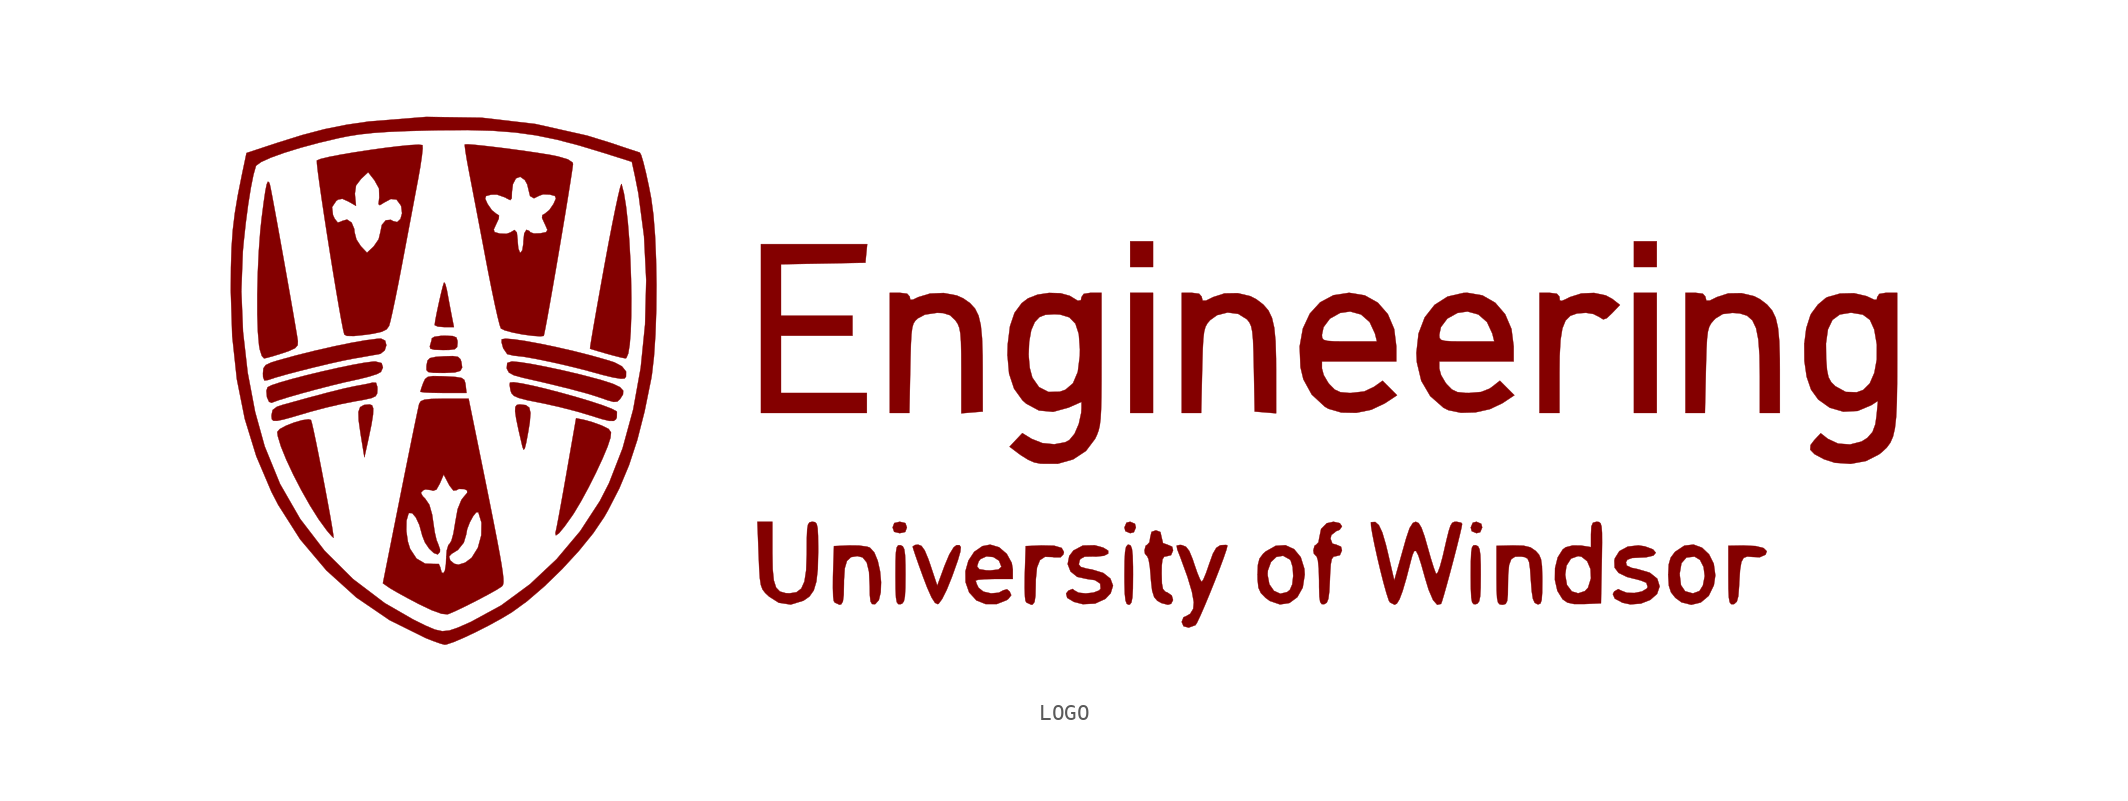
<source format=kicad_sym>
(kicad_symbol_lib
  (version 20220914)
  (generator "bitmap2component")
  (generator_version "8.0")
  (symbol "LOGO"
    (pin_names
      (offset 1.016))
    (property "Reference" "#G"
      (at 0 24.765 0)
      (effects (font (size 1.27 1.27)) hide))
    (symbol "LOGO_0_0"
      (polyline (pts (xy -41.475 -14.108) (xy -41.033 -13.96) (xy -40.392 -13.687) (xy -39.63 -13.327) (xy -38.823 -12.916) (xy -38.049 -12.492) (xy -37.385 -12.093) (xy -36.446 -11.412) (xy -35.354 -10.473) (xy -34.246 -9.396) (xy -33.202 -8.262) (xy -32.302 -7.154) (xy -31.624 -6.153) (xy -31.39 -5.746) (xy -30.672 -4.349) (xy -30.067 -2.903) (xy -29.551 -1.33) (xy -29.097 0.447) (xy -28.679 2.504) (xy -28.634 2.78) (xy -28.506 3.897) (xy -28.416 5.258) (xy -28.364 6.779) (xy -28.351 8.373) (xy -28.377 9.955) (xy -28.44 11.439) (xy -28.542 12.74) (xy -28.681 13.773) (xy -28.829 14.537) (xy -29.006 15.352) (xy -29.17 16.019) (xy -29.305 16.47) (xy -29.394 16.636) (xy -29.505 16.67) (xy -29.895 16.798) (xy -30.496 16.998) (xy -31.238 17.247) (xy -32.684 17.694) (xy -35.919 18.421) (xy -39.272 18.811) (xy -42.742 18.862) (xy -46.328 18.576) (xy -47.722 18.372) (xy -49.086 18.099) (xy -50.489 17.73) (xy -52.074 17.235) (xy -53.974 16.607) (xy -54.263 15.235) (xy -54.268 15.209) (xy -54.521 13.942) (xy -54.705 12.837) (xy -54.831 11.79) (xy -54.908 10.698) (xy -54.946 9.455) (xy -54.956 7.993) (xy -54.296 7.993) (xy -54.204 10.434) (xy -54.155 10.988) (xy -54.022 12.224) (xy -53.868 13.395) (xy -53.703 14.427) (xy -53.539 15.247) (xy -53.387 15.783) (xy -53.364 15.824) (xy -53.058 16.044) (xy -52.463 16.314) (xy -51.628 16.615) (xy -50.603 16.932) (xy -49.44 17.246) (xy -48.187 17.541) (xy -47.652 17.65) (xy -46.913 17.768) (xy -46.096 17.858) (xy -45.132 17.925) (xy -43.949 17.976) (xy -42.478 18.016) (xy -41.936 18.027) (xy -40.131 18.038) (xy -38.576 17.996) (xy -37.187 17.89) (xy -35.881 17.709) (xy -34.575 17.441) (xy -33.184 17.077) (xy -31.626 16.605) (xy -29.892 16.055) (xy -29.692 15.138) (xy -29.48 14.063) (xy -29.13 11.4) (xy -28.993 8.655) (xy -29.064 5.892) (xy -29.338 3.177) (xy -29.808 0.575) (xy -30.471 -1.849) (xy -31.319 -4.029) (xy -31.891 -5.144) (xy -33.121 -7.028) (xy -34.597 -8.781) (xy -36.262 -10.346) (xy -38.06 -11.668) (xy -39.936 -12.69) (xy -40.059 -12.745) (xy -40.771 -13.058) (xy -41.297 -13.237) (xy -41.739 -13.279) (xy -42.198 -13.179) (xy -42.777 -12.933) (xy -43.576 -12.537) (xy -45.332 -11.525) (xy -47.319 -10.019) (xy -49.091 -8.255) (xy -50.619 -6.263) (xy -51.877 -4.077) (xy -52.837 -1.728) (xy -53.435 0.428) (xy -53.9 2.879) (xy -54.191 5.438) (xy -54.296 7.993) (xy -54.956 7.993) (xy -54.956 7.96) (xy -54.867 5.164) (xy -54.578 2.473) (xy -54.081 -0.011) (xy -53.364 -2.339) (xy -52.419 -4.561) (xy -51.995 -5.381) (xy -50.618 -7.543) (xy -48.981 -9.481) (xy -47.111 -11.171) (xy -45.034 -12.588) (xy -42.777 -13.707) (xy -42.307 -13.893) (xy -41.839 -14.059) (xy -41.588 -14.124) (xy -41.475 -14.108)) (stroke (width 0.01) (type default)) (fill (type outline)))
      (polyline (pts (xy 5.333 -12.903) (xy 5.432 -12.748) (xy 5.636 -12.319) (xy 5.909 -11.694) (xy 6.221 -10.945) (xy 6.543 -10.146) (xy 6.845 -9.371) (xy 7.097 -8.693) (xy 7.27 -8.186) (xy 7.334 -7.924) (xy 7.249 -7.888) (xy 6.941 -7.903) (xy 6.867 -7.918) (xy 6.632 -8.073) (xy 6.422 -8.436) (xy 6.191 -9.078) (xy 6 -9.63) (xy 5.83 -10.039) (xy 5.724 -10.196) (xy 5.623 -10.049) (xy 5.454 -9.646) (xy 5.257 -9.078) (xy 5.156 -8.771) (xy 4.946 -8.265) (xy 4.738 -8) (xy 4.482 -7.899) (xy 4.37 -7.886) (xy 4.156 -7.93) (xy 4.195 -8.168) (xy 4.393 -8.673) (xy 4.834 -9.886) (xy 5.111 -10.812) (xy 5.229 -11.471) (xy 5.192 -11.882) (xy 5.003 -12.192) (xy 4.745 -12.342) (xy 4.586 -12.407) (xy 4.472 -12.7) (xy 4.587 -12.97) (xy 4.909 -13.056) (xy 5.333 -12.903)) (stroke (width 0.01) (type default)) (fill (type outline)))
      (polyline (pts (xy -19.165 -11.372) (xy -18.788 -11.108) (xy -18.523 -10.73) (xy -18.357 -10.177) (xy -18.27 -9.39) (xy -18.245 -8.309) (xy -18.245 -8.087) (xy -18.253 -7.325) (xy -18.28 -6.842) (xy -18.339 -6.576) (xy -18.443 -6.463) (xy -18.603 -6.439) (xy -18.637 -6.44) (xy -18.786 -6.476) (xy -18.881 -6.613) (xy -18.934 -6.917) (xy -18.956 -7.45) (xy -18.96 -8.278) (xy -18.961 -8.482) (xy -18.998 -9.479) (xy -19.105 -10.174) (xy -19.301 -10.614) (xy -19.603 -10.845) (xy -20.031 -10.911) (xy -20.279 -10.9) (xy -20.637 -10.799) (xy -20.876 -10.551) (xy -21.019 -10.101) (xy -21.089 -9.4) (xy -21.107 -8.394) (xy -21.107 -6.439) (xy -21.577 -6.439) (xy -22.046 -6.439) (xy -21.967 -8.522) (xy -21.934 -9.332) (xy -21.893 -9.968) (xy -21.829 -10.389) (xy -21.725 -10.67) (xy -21.559 -10.887) (xy -21.315 -11.116) (xy -20.705 -11.504) (xy -19.959 -11.615) (xy -19.165 -11.372)) (stroke (width 0.01) (type default)) (fill (type outline)))
      (polyline (pts (xy -16.804 -11.598) (xy -16.701 -11.418) (xy -16.649 -11.015) (xy -16.635 -10.321) (xy -16.634 -10.101) (xy -16.585 -9.353) (xy -16.448 -8.889) (xy -16.196 -8.652) (xy -15.801 -8.586) (xy -15.469 -8.668) (xy -15.212 -8.982) (xy -15.069 -9.569) (xy -15.025 -10.465) (xy -15.017 -11.033) (xy -14.976 -11.419) (xy -14.881 -11.582) (xy -14.712 -11.593) (xy -14.674 -11.583) (xy -14.454 -11.334) (xy -14.337 -10.848) (xy -14.314 -10.217) (xy -14.378 -9.531) (xy -14.522 -8.881) (xy -14.737 -8.359) (xy -15.015 -8.055) (xy -15.196 -7.994) (xy -15.697 -7.926) (xy -16.305 -7.918) (xy -17.261 -7.961) (xy -17.313 -9.556) (xy -17.322 -9.872) (xy -17.326 -10.573) (xy -17.31 -11.111) (xy -17.274 -11.389) (xy -17.206 -11.493) (xy -16.909 -11.627) (xy -16.804 -11.598)) (stroke (width 0.01) (type default)) (fill (type outline)))
      (polyline (pts (xy -12.994 -11.553) (xy -12.888 -11.409) (xy -12.826 -11.104) (xy -12.797 -10.572) (xy -12.789 -9.748) (xy -12.793 -9.131) (xy -12.814 -8.521) (xy -12.866 -8.157) (xy -12.958 -7.973) (xy -13.102 -7.904) (xy -13.115 -7.902) (xy -13.25 -7.914) (xy -13.338 -8.045) (xy -13.388 -8.355) (xy -13.41 -8.902) (xy -13.415 -9.748) (xy -13.415 -9.825) (xy -13.409 -10.646) (xy -13.385 -11.174) (xy -13.332 -11.468) (xy -13.242 -11.587) (xy -13.102 -11.593) (xy -12.994 -11.553)) (stroke (width 0.01) (type default)) (fill (type outline)))
      (polyline (pts (xy -10.711 -11.557) (xy -10.492 -11.256) (xy -10.211 -10.693) (xy -9.901 -9.927) (xy -9.79 -9.624) (xy -9.513 -8.84) (xy -9.363 -8.323) (xy -9.332 -8.027) (xy -9.413 -7.902) (xy -9.599 -7.902) (xy -9.779 -8.039) (xy -10.052 -8.486) (xy -10.35 -9.196) (xy -10.803 -10.432) (xy -11.23 -9.151) (xy -11.36 -8.774) (xy -11.587 -8.232) (xy -11.788 -7.951) (xy -11.999 -7.87) (xy -12.193 -7.891) (xy -12.342 -7.99) (xy -12.309 -8.117) (xy -12.175 -8.525) (xy -11.961 -9.137) (xy -11.693 -9.877) (xy -11.436 -10.549) (xy -11.16 -11.171) (xy -10.945 -11.507) (xy -10.771 -11.591) (xy -10.711 -11.557)) (stroke (width 0.01) (type default)) (fill (type outline)))
      (polyline (pts (xy -6.471 -11.342) (xy -6.355 -11.257) (xy -6.179 -11.03) (xy -6.28 -10.798) (xy -6.445 -10.659) (xy -6.682 -10.725) (xy -6.958 -10.873) (xy -7.442 -10.915) (xy -7.918 -10.807) (xy -8.222 -10.565) (xy -8.332 -10.34) (xy -8.407 -10.118) (xy -8.255 -10.068) (xy -7.837 -10.031) (xy -7.244 -10.017) (xy -6.082 -10.017) (xy -6.082 -9.415) (xy -6.149 -9.011) (xy -6.46 -8.446) (xy -6.942 -8.032) (xy -7.497 -7.87) (xy -7.979 -7.962) (xy -8.495 -8.318) (xy -8.856 -8.867) (xy -8.96 -9.234) (xy -8.317 -9.234) (xy -8.216 -8.92) (xy -8.101 -8.771) (xy -7.726 -8.603) (xy -7.297 -8.647) (xy -6.944 -8.872) (xy -6.797 -9.248) (xy -6.798 -9.26) (xy -6.983 -9.424) (xy -7.483 -9.48) (xy -7.731 -9.476) (xy -8.171 -9.408) (xy -8.317 -9.234) (xy -8.96 -9.234) (xy -9.043 -9.528) (xy -9.035 -10.218) (xy -8.812 -10.855) (xy -8.354 -11.358) (xy -7.784 -11.584) (xy -7.089 -11.586) (xy -6.471 -11.342)) (stroke (width 0.01) (type default)) (fill (type outline)))
      (polyline (pts (xy -4.84 -11.61) (xy -4.724 -11.453) (xy -4.667 -11.075) (xy -4.651 -10.409) (xy -4.646 -10.063) (xy -4.57 -9.301) (xy -4.385 -8.836) (xy -4.069 -8.63) (xy -3.598 -8.645) (xy -3.485 -8.665) (xy -3.099 -8.664) (xy -2.918 -8.475) (xy -2.886 -8.333) (xy -3.03 -8.074) (xy -3.496 -7.937) (xy -4.293 -7.919) (xy -5.277 -7.961) (xy -5.329 -9.556) (xy -5.337 -9.871) (xy -5.342 -10.573) (xy -5.325 -11.111) (xy -5.29 -11.389) (xy -5.222 -11.493) (xy -4.925 -11.627) (xy -4.84 -11.61)) (stroke (width 0.01) (type default)) (fill (type outline)))
      (polyline (pts (xy -0.936 -11.553) (xy -0.292 -11.256) (xy 0.034 -10.91) (xy 0.181 -10.434) (xy 0.018 -9.992) (xy -0.431 -9.638) (xy -1.14 -9.423) (xy -1.453 -9.37) (xy -1.831 -9.264) (xy -1.958 -9.107) (xy -1.901 -8.848) (xy -1.857 -8.766) (xy -1.595 -8.621) (xy -1.076 -8.61) (xy -0.878 -8.618) (xy -0.388 -8.567) (xy -0.12 -8.431) (xy -0.119 -8.248) (xy -0.43 -8.056) (xy -0.965 -7.909) (xy -1.707 -7.926) (xy -2.292 -8.235) (xy -2.554 -8.578) (xy -2.654 -9.084) (xy -2.475 -9.547) (xy -2.056 -9.886) (xy -1.436 -10.02) (xy -0.947 -10.09) (xy -0.623 -10.305) (xy -0.594 -10.625) (xy -0.686 -10.731) (xy -1.046 -10.868) (xy -1.526 -10.919) (xy -1.974 -10.873) (xy -2.241 -10.724) (xy -2.343 -10.637) (xy -2.608 -10.744) (xy -2.752 -10.926) (xy -2.682 -11.197) (xy -2.262 -11.449) (xy -1.702 -11.592) (xy -0.936 -11.553)) (stroke (width 0.01) (type default)) (fill (type outline)))
      (polyline (pts (xy 1.233 -11.612) (xy 1.332 -11.48) (xy 1.393 -11.164) (xy 1.423 -10.606) (xy 1.431 -9.748) (xy 1.429 -9.254) (xy 1.41 -8.562) (xy 1.365 -8.139) (xy 1.285 -7.928) (xy 1.163 -7.87) (xy 1.092 -7.885) (xy 0.993 -8.017) (xy 0.933 -8.333) (xy 0.903 -8.891) (xy 0.894 -9.748) (xy 0.896 -10.243) (xy 0.915 -10.935) (xy 0.961 -11.358) (xy 1.04 -11.569) (xy 1.163 -11.627) (xy 1.233 -11.612)) (stroke (width 0.01) (type default)) (fill (type outline)))
      (polyline (pts (xy 3.811 -11.568) (xy 3.932 -11.334) (xy 3.852 -11.05) (xy 3.578 -10.859) (xy 3.442 -10.808) (xy 3.301 -10.64) (xy 3.236 -10.293) (xy 3.22 -9.676) (xy 3.227 -9.177) (xy 3.271 -8.794) (xy 3.379 -8.624) (xy 3.578 -8.586) (xy 3.809 -8.527) (xy 3.935 -8.228) (xy 3.877 -7.997) (xy 3.578 -7.87) (xy 3.304 -7.774) (xy 3.22 -7.423) (xy 3.143 -7.081) (xy 2.862 -6.976) (xy 2.588 -7.072) (xy 2.504 -7.423) (xy 2.46 -7.717) (xy 2.325 -7.87) (xy 2.221 -7.938) (xy 2.147 -8.228) (xy 2.176 -8.436) (xy 2.305 -8.586) (xy 2.314 -8.588) (xy 2.401 -8.782) (xy 2.48 -9.235) (xy 2.536 -9.857) (xy 2.552 -10.117) (xy 2.627 -10.756) (xy 2.752 -11.149) (xy 2.948 -11.378) (xy 3.21 -11.524) (xy 3.612 -11.627) (xy 3.811 -11.568)) (stroke (width 0.01) (type default)) (fill (type outline)))
      (polyline (pts (xy 11.206 -11.517) (xy 11.7 -11.154) (xy 12.038 -10.553) (xy 12.163 -9.748) (xy 12.139 -9.376) (xy 11.914 -8.655) (xy 11.501 -8.154) (xy 10.958 -7.905) (xy 10.343 -7.943) (xy 9.714 -8.302) (xy 9.557 -8.445) (xy 9.335 -8.743) (xy 9.235 -9.134) (xy 9.212 -9.748) (xy 9.838 -9.748) (xy 9.858 -9.487) (xy 10.051 -8.958) (xy 10.392 -8.635) (xy 10.81 -8.566) (xy 11.233 -8.8) (xy 11.286 -8.871) (xy 11.409 -9.282) (xy 11.441 -9.831) (xy 11.382 -10.356) (xy 11.233 -10.697) (xy 11.066 -10.831) (xy 10.636 -10.937) (xy 10.24 -10.759) (xy 9.951 -10.347) (xy 9.838 -9.748) (xy 9.212 -9.748) (xy 9.216 -10.069) (xy 9.269 -10.564) (xy 9.42 -10.895) (xy 9.714 -11.195) (xy 9.985 -11.393) (xy 10.616 -11.608) (xy 11.206 -11.517)) (stroke (width 0.01) (type default)) (fill (type outline)))
      (polyline (pts (xy 13.385 -11.59) (xy 13.54 -11.498) (xy 13.638 -11.259) (xy 13.698 -10.803) (xy 13.736 -10.06) (xy 13.75 -9.694) (xy 13.789 -9.103) (xy 13.854 -8.769) (xy 13.964 -8.62) (xy 14.138 -8.586) (xy 14.361 -8.528) (xy 14.489 -8.228) (xy 14.43 -7.997) (xy 14.131 -7.87) (xy 13.891 -7.806) (xy 13.773 -7.496) (xy 13.828 -7.268) (xy 14.131 -7.028) (xy 14.346 -6.94) (xy 14.492 -6.727) (xy 14.354 -6.528) (xy 13.958 -6.439) (xy 13.543 -6.529) (xy 13.184 -6.892) (xy 13.058 -7.501) (xy 13.023 -7.72) (xy 12.879 -7.87) (xy 12.775 -7.938) (xy 12.7 -8.228) (xy 12.734 -8.436) (xy 12.879 -8.586) (xy 12.903 -8.597) (xy 12.984 -8.846) (xy 13.038 -9.374) (xy 13.058 -10.119) (xy 13.059 -10.524) (xy 13.077 -11.116) (xy 13.125 -11.448) (xy 13.219 -11.586) (xy 13.371 -11.593) (xy 13.385 -11.59)) (stroke (width 0.01) (type default)) (fill (type outline)))
      (polyline (pts (xy 20.681 -11.575) (xy 20.739 -11.425) (xy 20.869 -10.994) (xy 21.048 -10.358) (xy 21.255 -9.596) (xy 21.47 -8.784) (xy 21.672 -7.999) (xy 21.841 -7.318) (xy 21.958 -6.817) (xy 22.001 -6.574) (xy 21.94 -6.498) (xy 21.656 -6.439) (xy 21.508 -6.446) (xy 21.382 -6.506) (xy 21.274 -6.677) (xy 21.161 -7.019) (xy 21.018 -7.592) (xy 20.82 -8.454) (xy 20.771 -8.661) (xy 20.613 -9.239) (xy 20.475 -9.611) (xy 20.383 -9.706) (xy 20.347 -9.641) (xy 20.218 -9.287) (xy 20.039 -8.713) (xy 19.838 -8.005) (xy 19.651 -7.349) (xy 19.456 -6.808) (xy 19.282 -6.523) (xy 19.103 -6.439) (xy 18.921 -6.513) (xy 18.715 -6.838) (xy 18.502 -7.468) (xy 18.385 -7.882) (xy 18.168 -8.652) (xy 17.985 -9.301) (xy 17.758 -10.106) (xy 17.35 -8.347) (xy 17.231 -7.858) (xy 17.01 -7.107) (xy 16.796 -6.652) (xy 16.569 -6.452) (xy 16.305 -6.467) (xy 16.297 -6.477) (xy 16.307 -6.714) (xy 16.388 -7.207) (xy 16.523 -7.882) (xy 16.695 -8.664) (xy 16.888 -9.478) (xy 17.084 -10.249) (xy 17.266 -10.902) (xy 17.417 -11.363) (xy 17.491 -11.482) (xy 17.78 -11.627) (xy 17.92 -11.554) (xy 18.088 -11.281) (xy 18.28 -10.769) (xy 18.512 -9.981) (xy 18.797 -8.879) (xy 18.895 -8.518) (xy 19.004 -8.269) (xy 19.118 -8.266) (xy 19.258 -8.535) (xy 19.442 -9.102) (xy 19.692 -9.99) (xy 19.903 -10.684) (xy 20.18 -11.33) (xy 20.44 -11.629) (xy 20.681 -11.575)) (stroke (width 0.01) (type default)) (fill (type outline)))
      (polyline (pts (xy 22.959 -11.553) (xy 23.066 -11.409) (xy 23.128 -11.104) (xy 23.157 -10.572) (xy 23.164 -9.748) (xy 23.161 -9.131) (xy 23.139 -8.521) (xy 23.088 -8.157) (xy 22.995 -7.973) (xy 22.851 -7.904) (xy 22.838 -7.902) (xy 22.703 -7.914) (xy 22.616 -8.045) (xy 22.566 -8.355) (xy 22.543 -8.902) (xy 22.538 -9.748) (xy 22.538 -9.825) (xy 22.544 -10.646) (xy 22.569 -11.174) (xy 22.621 -11.468) (xy 22.712 -11.587) (xy 22.851 -11.593) (xy 22.959 -11.553)) (stroke (width 0.01) (type default)) (fill (type outline)))
      (polyline (pts (xy 24.552 -11.626) (xy 24.72 -11.575) (xy 24.814 -11.392) (xy 24.856 -11.002) (xy 24.866 -10.33) (xy 24.875 -9.77) (xy 24.934 -9.142) (xy 25.071 -8.778) (xy 25.314 -8.622) (xy 25.688 -8.616) (xy 25.917 -8.651) (xy 26.087 -8.745) (xy 26.186 -8.967) (xy 26.245 -9.395) (xy 26.294 -10.105) (xy 26.348 -10.788) (xy 26.423 -11.257) (xy 26.533 -11.502) (xy 26.697 -11.593) (xy 26.772 -11.602) (xy 26.898 -11.545) (xy 26.97 -11.328) (xy 27.002 -10.885) (xy 27.01 -10.151) (xy 27.009 -9.879) (xy 26.989 -9.212) (xy 26.929 -8.783) (xy 26.808 -8.5) (xy 26.607 -8.271) (xy 26.604 -8.268) (xy 26.273 -8.041) (xy 25.839 -7.935) (xy 25.176 -7.919) (xy 24.148 -7.944) (xy 24.148 -9.785) (xy 24.148 -9.964) (xy 24.155 -10.733) (xy 24.182 -11.22) (xy 24.241 -11.488) (xy 24.345 -11.603) (xy 24.506 -11.627) (xy 24.552 -11.626)) (stroke (width 0.01) (type default)) (fill (type outline)))
      (polyline (pts (xy 29.649 -11.582) (xy 30.677 -11.536) (xy 30.726 -8.988) (xy 30.733 -8.653) (xy 30.746 -7.749) (xy 30.742 -7.132) (xy 30.713 -6.747) (xy 30.653 -6.54) (xy 30.555 -6.455) (xy 30.413 -6.439) (xy 30.39 -6.44) (xy 30.174 -6.501) (xy 30.075 -6.735) (xy 30.051 -7.233) (xy 30.051 -8.027) (xy 29.449 -7.929) (xy 29.442 -7.928) (xy 28.91 -7.92) (xy 28.472 -8.033) (xy 28.285 -8.171) (xy 27.971 -8.67) (xy 27.805 -9.34) (xy 27.8 -9.748) (xy 28.441 -9.748) (xy 28.522 -9.184) (xy 28.802 -8.744) (xy 29.246 -8.586) (xy 29.461 -8.624) (xy 29.816 -8.909) (xy 30.022 -9.393) (xy 30.049 -9.977) (xy 29.866 -10.565) (xy 29.669 -10.775) (xy 29.246 -10.911) (xy 28.855 -10.793) (xy 28.55 -10.39) (xy 28.441 -9.748) (xy 27.8 -9.748) (xy 27.796 -10.071) (xy 27.95 -10.754) (xy 28.273 -11.279) (xy 28.284 -11.29) (xy 28.58 -11.493) (xy 28.996 -11.582) (xy 29.649 -11.582)) (stroke (width 0.01) (type default)) (fill (type outline)))
      (polyline (pts (xy 33.174 -11.553) (xy 33.762 -11.32) (xy 34.183 -10.949) (xy 34.344 -10.479) (xy 34.196 -9.998) (xy 33.726 -9.622) (xy 32.948 -9.393) (xy 32.597 -9.322) (xy 32.29 -9.18) (xy 32.236 -8.971) (xy 32.326 -8.812) (xy 32.618 -8.705) (xy 33.185 -8.675) (xy 33.495 -8.662) (xy 33.955 -8.554) (xy 34.105 -8.375) (xy 33.931 -8.168) (xy 33.42 -7.977) (xy 33.016 -7.916) (xy 32.347 -7.993) (xy 31.825 -8.275) (xy 31.543 -8.726) (xy 31.512 -8.868) (xy 31.529 -9.308) (xy 31.779 -9.638) (xy 32.306 -9.892) (xy 33.148 -10.106) (xy 33.511 -10.251) (xy 33.594 -10.515) (xy 33.544 -10.614) (xy 33.237 -10.796) (xy 32.775 -10.89) (xy 32.296 -10.879) (xy 31.94 -10.742) (xy 31.755 -10.648) (xy 31.503 -10.796) (xy 31.417 -10.963) (xy 31.54 -11.243) (xy 32.018 -11.499) (xy 32.513 -11.605) (xy 33.174 -11.553)) (stroke (width 0.01) (type default)) (fill (type outline)))
      (polyline (pts (xy 36.914 -11.485) (xy 37.411 -11.069) (xy 37.733 -10.407) (xy 37.824 -9.789) (xy 37.726 -9.067) (xy 37.432 -8.476) (xy 36.993 -8.061) (xy 36.461 -7.865) (xy 35.886 -7.933) (xy 35.319 -8.309) (xy 35.284 -8.345) (xy 35.032 -8.685) (xy 34.911 -9.107) (xy 34.881 -9.735) (xy 35.596 -9.735) (xy 35.596 -9.678) (xy 35.708 -9.028) (xy 36.016 -8.676) (xy 36.525 -8.617) (xy 36.864 -8.823) (xy 37.088 -9.267) (xy 37.16 -9.836) (xy 37.048 -10.419) (xy 36.832 -10.768) (xy 36.441 -10.911) (xy 36.396 -10.911) (xy 35.934 -10.781) (xy 35.676 -10.402) (xy 35.596 -9.735) (xy 34.881 -9.735) (xy 34.88 -9.748) (xy 34.881 -9.829) (xy 34.919 -10.441) (xy 35.051 -10.849) (xy 35.319 -11.188) (xy 35.709 -11.476) (xy 36.32 -11.629) (xy 36.914 -11.485)) (stroke (width 0.01) (type default)) (fill (type outline)))
      (polyline (pts (xy 39.005 -11.579) (xy 39.167 -11.433) (xy 39.261 -11.087) (xy 39.309 -10.462) (xy 39.32 -10.207) (xy 39.371 -9.438) (xy 39.453 -8.954) (xy 39.594 -8.698) (xy 39.819 -8.613) (xy 40.155 -8.64) (xy 40.599 -8.66) (xy 40.962 -8.496) (xy 41.04 -8.284) (xy 40.839 -8.083) (xy 40.34 -7.958) (xy 39.576 -7.923) (xy 38.637 -7.939) (xy 38.637 -9.796) (xy 38.637 -9.8) (xy 38.642 -10.633) (xy 38.666 -11.168) (xy 38.718 -11.466) (xy 38.809 -11.588) (xy 38.95 -11.593) (xy 39.005 -11.579)) (stroke (width 0.01) (type default)) (fill (type outline)))
      (polyline (pts (xy -12.805 -7.078) (xy -12.7 -6.797) (xy -12.796 -6.523) (xy -13.147 -6.439) (xy -13.489 -6.517) (xy -13.594 -6.797) (xy -13.498 -7.071) (xy -13.147 -7.155) (xy -12.805 -7.078)) (stroke (width 0.01) (type default)) (fill (type outline)))
      (polyline (pts (xy 1.483 -7.096) (xy 1.61 -6.797) (xy 1.551 -6.566) (xy 1.252 -6.439) (xy 1.021 -6.498) (xy 0.894 -6.797) (xy 0.953 -7.028) (xy 1.252 -7.155) (xy 1.483 -7.096)) (stroke (width 0.01) (type default)) (fill (type outline)))
      (polyline (pts (xy 23.127 -7.096) (xy 23.254 -6.797) (xy 23.195 -6.566) (xy 22.896 -6.439) (xy 22.665 -6.498) (xy 22.538 -6.797) (xy 22.597 -7.028) (xy 22.896 -7.155) (xy 23.127 -7.096)) (stroke (width 0.01) (type default)) (fill (type outline)))
      (polyline (pts (xy -2.31 -2.542) (xy -1.51 -2.015) (xy -0.939 -1.259) (xy -0.822 -1.012) (xy -0.721 -0.741) (xy -0.647 -0.422) (xy -0.596 -0.003) (xy -0.564 0.568) (xy -0.546 1.342) (xy -0.538 2.37) (xy -0.537 3.705) (xy -0.537 7.87) (xy -1.163 7.87) (xy -1.22 7.87) (xy -1.653 7.801) (xy -1.789 7.602) (xy -1.825 7.409) (xy -2.017 7.371) (xy -2.404 7.608) (xy -2.527 7.683) (xy -3.096 7.84) (xy -3.813 7.862) (xy -4.538 7.754) (xy -5.134 7.52) (xy -5.524 7.225) (xy -5.976 6.615) (xy -6.26 5.775) (xy -6.4 4.651) (xy -6.419 4.002) (xy -6.417 3.977) (xy -5.094 3.977) (xy -5.06 4.803) (xy -4.929 5.534) (xy -4.707 6.042) (xy -4.705 6.045) (xy -4.414 6.352) (xy -4.056 6.494) (xy -3.488 6.529) (xy -3.134 6.511) (xy -2.552 6.335) (xy -2.17 5.942) (xy -1.958 5.29) (xy -1.888 4.338) (xy -1.894 3.938) (xy -2.022 2.923) (xy -2.322 2.216) (xy -2.793 1.812) (xy -3.153 1.686) (xy -3.855 1.673) (xy -4.445 1.975) (xy -4.862 2.571) (xy -5.025 3.181) (xy -5.094 3.977) (xy -6.417 3.977) (xy -6.315 2.817) (xy -6.005 1.88) (xy -5.48 1.151) (xy -5.243 0.939) (xy -4.448 0.513) (xy -3.562 0.43) (xy -2.606 0.692) (xy -1.789 1.053) (xy -1.79 0.661) (xy -1.807 0.368) (xy -1.959 -0.329) (xy -2.225 -0.943) (xy -2.551 -1.336) (xy -2.812 -1.472) (xy -3.489 -1.597) (xy -4.239 -1.523) (xy -4.914 -1.255) (xy -5.488 -0.9) (xy -5.888 -1.325) (xy -6.287 -1.75) (xy -5.692 -2.199) (xy -5.58 -2.28) (xy -5.111 -2.572) (xy -4.74 -2.733) (xy -4.338 -2.811) (xy -3.275 -2.816) (xy -2.31 -2.542)) (stroke (width 0.01) (type default)) (fill (type outline)))
      (polyline (pts (xy 47.243 -2.643) (xy 48.053 -2.229) (xy 48.241 -2.081) (xy 48.536 -1.806) (xy 48.763 -1.497) (xy 48.931 -1.108) (xy 49.048 -0.592) (xy 49.124 0.096) (xy 49.166 1.004) (xy 49.186 2.177) (xy 49.19 3.661) (xy 49.19 7.87) (xy 48.564 7.87) (xy 48.487 7.87) (xy 48.068 7.798) (xy 47.938 7.598) (xy 47.914 7.444) (xy 47.769 7.43) (xy 47.41 7.598) (xy 47.281 7.658) (xy 46.491 7.843) (xy 45.613 7.822) (xy 44.819 7.596) (xy 44.719 7.541) (xy 44.233 7.132) (xy 43.821 6.574) (xy 43.761 6.458) (xy 43.505 5.652) (xy 43.386 4.703) (xy 44.738 4.703) (xy 44.86 5.58) (xy 45.144 6.174) (xy 45.603 6.512) (xy 46.251 6.618) (xy 46.36 6.617) (xy 47.042 6.504) (xy 47.483 6.177) (xy 47.75 5.588) (xy 47.758 5.558) (xy 47.917 4.627) (xy 47.913 3.701) (xy 47.76 2.866) (xy 47.474 2.205) (xy 47.071 1.803) (xy 46.666 1.652) (xy 45.972 1.674) (xy 45.317 2.035) (xy 45.064 2.288) (xy 44.898 2.592) (xy 44.805 3.037) (xy 44.75 3.732) (xy 44.738 4.703) (xy 43.386 4.703) (xy 43.381 4.659) (xy 43.389 3.607) (xy 43.531 2.618) (xy 43.806 1.818) (xy 44.253 1.2) (xy 44.975 0.686) (xy 45.822 0.44) (xy 46.711 0.484) (xy 47.56 0.839) (xy 47.987 1.114) (xy 47.896 0.165) (xy 47.823 -0.348) (xy 47.645 -0.831) (xy 47.325 -1.197) (xy 46.962 -1.426) (xy 46.244 -1.609) (xy 45.493 -1.554) (xy 44.857 -1.259) (xy 44.41 -0.908) (xy 44.009 -1.335) (xy 43.776 -1.643) (xy 43.753 -1.937) (xy 44.021 -2.214) (xy 44.606 -2.53) (xy 45.295 -2.754) (xy 46.281 -2.821) (xy 47.243 -2.643)) (stroke (width 0.01) (type default)) (fill (type outline)))
      (polyline (pts (xy -15.204 0.984) (xy -15.204 1.61) (xy -17.887 1.61) (xy -20.57 1.61) (xy -20.57 3.399) (xy -20.57 5.187) (xy -18.334 5.187) (xy -16.099 5.187) (xy -16.099 5.813) (xy -16.099 6.439) (xy -18.334 6.439) (xy -20.57 6.439) (xy -20.57 8.045) (xy -20.57 9.65) (xy -17.932 9.699) (xy -15.294 9.749) (xy -15.238 10.33) (xy -15.181 10.911) (xy -18.502 10.911) (xy -21.823 10.911) (xy -21.823 5.635) (xy -21.823 0.358) (xy -18.513 0.358) (xy -15.204 0.358) (xy -15.204 0.984)) (stroke (width 0.01) (type default)) (fill (type outline)))
      (polyline (pts (xy -8.631 0.392) (xy -7.96 0.447) (xy -7.964 3.22) (xy -7.969 3.95) (xy -8.003 5.031) (xy -8.082 5.843) (xy -8.223 6.441) (xy -8.442 6.882) (xy -8.754 7.223) (xy -9.176 7.52) (xy -9.585 7.703) (xy -10.4 7.855) (xy -11.258 7.821) (xy -11.993 7.598) (xy -12.315 7.444) (xy -12.485 7.43) (xy -12.521 7.598) (xy -12.523 7.631) (xy -12.687 7.814) (xy -13.147 7.87) (xy -13.773 7.87) (xy -13.773 4.114) (xy -13.773 0.358) (xy -13.16 0.358) (xy -12.546 0.358) (xy -12.489 3.147) (xy -12.476 3.774) (xy -12.45 4.659) (xy -12.416 5.279) (xy -12.364 5.691) (xy -12.285 5.956) (xy -12.17 6.131) (xy -12.009 6.277) (xy -11.573 6.506) (xy -10.815 6.618) (xy -10.436 6.601) (xy -10.008 6.467) (xy -9.672 6.147) (xy -9.672 6.146) (xy -9.527 5.934) (xy -9.426 5.681) (xy -9.36 5.326) (xy -9.322 4.804) (xy -9.305 4.052) (xy -9.301 3.006) (xy -9.301 0.336) (xy -8.631 0.392)) (stroke (width 0.01) (type default)) (fill (type outline)))
      (polyline (pts (xy 2.683 4.114) (xy 2.683 7.87) (xy 1.968 7.87) (xy 1.252 7.87) (xy 1.252 4.114) (xy 1.252 0.358) (xy 1.968 0.358) (xy 2.683 0.358) (xy 2.683 4.114)) (stroke (width 0.01) (type default)) (fill (type outline)))
      (polyline (pts (xy 10.374 3.075) (xy 10.371 3.748) (xy 10.339 4.85) (xy 10.259 5.681) (xy 10.116 6.301) (xy 9.893 6.766) (xy 9.573 7.135) (xy 9.141 7.464) (xy 8.773 7.655) (xy 7.977 7.846) (xy 7.146 7.831) (xy 6.439 7.602) (xy 6.423 7.593) (xy 5.992 7.381) (xy 5.78 7.384) (xy 5.724 7.602) (xy 5.723 7.627) (xy 5.561 7.812) (xy 5.098 7.87) (xy 4.472 7.87) (xy 4.472 4.114) (xy 4.472 0.358) (xy 5.082 0.358) (xy 5.691 0.358) (xy 5.752 3.027) (xy 5.761 3.395) (xy 5.788 4.33) (xy 5.824 4.99) (xy 5.877 5.439) (xy 5.959 5.742) (xy 6.079 5.96) (xy 6.247 6.157) (xy 6.685 6.472) (xy 7.342 6.637) (xy 8.006 6.551) (xy 8.55 6.21) (xy 8.562 6.197) (xy 8.708 6.01) (xy 8.813 5.776) (xy 8.883 5.432) (xy 8.93 4.917) (xy 8.96 4.168) (xy 8.983 3.124) (xy 9.033 0.447) (xy 9.704 0.392) (xy 10.375 0.336) (xy 10.374 3.075)) (stroke (width 0.01) (type default)) (fill (type outline)))
      (polyline (pts (xy 16.327 0.562) (xy 17.17 0.961) (xy 17.933 1.466) (xy 17.48 1.92) (xy 17.026 2.373) (xy 16.49 1.992) (xy 15.882 1.704) (xy 15.058 1.61) (xy 14.92 1.611) (xy 14.392 1.657) (xy 14.037 1.82) (xy 13.7 2.16) (xy 13.628 2.251) (xy 13.349 2.727) (xy 13.237 3.144) (xy 13.237 3.578) (xy 15.562 3.578) (xy 17.887 3.578) (xy 17.887 4.523) (xy 17.753 5.604) (xy 17.356 6.537) (xy 16.731 7.252) (xy 15.913 7.709) (xy 14.936 7.87) (xy 13.959 7.72) (xy 13.125 7.275) (xy 12.48 6.569) (xy 12.045 5.636) (xy 11.973 5.237) (xy 13.237 5.237) (xy 13.338 5.72) (xy 13.735 6.253) (xy 14.374 6.61) (xy 15.001 6.7) (xy 15.68 6.513) (xy 16.219 6.04) (xy 16.551 5.322) (xy 16.674 4.83) (xy 14.955 4.83) (xy 14.759 4.83) (xy 14.034 4.836) (xy 13.585 4.864) (xy 13.347 4.93) (xy 13.253 5.049) (xy 13.237 5.237) (xy 11.973 5.237) (xy 11.843 4.509) (xy 11.895 3.222) (xy 12.076 2.464) (xy 12.599 1.508) (xy 13.42 0.749) (xy 13.642 0.621) (xy 14.449 0.386) (xy 15.382 0.368) (xy 16.327 0.562)) (stroke (width 0.01) (type default)) (fill (type outline)))
      (polyline (pts (xy 22.829 0.396) (xy 23.728 0.595) (xy 24.504 0.961) (xy 25.267 1.466) (xy 24.812 1.921) (xy 24.358 2.376) (xy 23.871 1.993) (xy 23.707 1.878) (xy 23.177 1.671) (xy 22.44 1.61) (xy 22.193 1.613) (xy 21.696 1.665) (xy 21.358 1.829) (xy 21.034 2.16) (xy 20.962 2.251) (xy 20.683 2.727) (xy 20.57 3.144) (xy 20.57 3.578) (xy 22.896 3.578) (xy 25.221 3.578) (xy 25.221 4.523) (xy 25.084 5.604) (xy 24.688 6.531) (xy 24.071 7.247) (xy 23.271 7.707) (xy 22.324 7.87) (xy 22.077 7.862) (xy 21.088 7.633) (xy 20.274 7.113) (xy 19.661 6.333) (xy 19.274 5.323) (xy 19.265 5.237) (xy 20.57 5.237) (xy 20.672 5.72) (xy 21.069 6.253) (xy 21.708 6.61) (xy 22.335 6.7) (xy 23.014 6.513) (xy 23.553 6.04) (xy 23.885 5.322) (xy 24.008 4.83) (xy 22.289 4.83) (xy 22.093 4.83) (xy 21.368 4.836) (xy 20.919 4.864) (xy 20.681 4.93) (xy 20.587 5.049) (xy 20.57 5.237) (xy 19.265 5.237) (xy 19.14 4.114) (xy 19.169 3.529) (xy 19.446 2.369) (xy 20.005 1.414) (xy 20.839 0.68) (xy 21.144 0.531) (xy 21.928 0.371) (xy 22.829 0.396)) (stroke (width 0.01) (type default)) (fill (type outline)))
      (polyline (pts (xy 28.083 2.871) (xy 28.094 3.904) (xy 28.148 4.912) (xy 28.265 5.641) (xy 28.463 6.133) (xy 28.762 6.431) (xy 29.181 6.579) (xy 29.738 6.618) (xy 30.197 6.546) (xy 30.586 6.351) (xy 30.606 6.334) (xy 30.82 6.204) (xy 31.038 6.281) (xy 31.372 6.597) (xy 31.863 7.11) (xy 31.38 7.49) (xy 30.976 7.708) (xy 30.241 7.861) (xy 29.445 7.827) (xy 28.733 7.601) (xy 28.527 7.495) (xy 28.221 7.361) (xy 28.103 7.397) (xy 28.083 7.602) (xy 28.082 7.627) (xy 27.92 7.812) (xy 27.457 7.87) (xy 26.831 7.87) (xy 26.831 4.114) (xy 26.831 0.358) (xy 27.457 0.358) (xy 28.083 0.358) (xy 28.083 2.871)) (stroke (width 0.01) (type default)) (fill (type outline)))
      (polyline (pts (xy 34.165 4.114) (xy 34.165 7.87) (xy 33.449 7.87) (xy 32.734 7.87) (xy 32.734 4.114) (xy 32.734 0.358) (xy 33.449 0.358) (xy 34.165 0.358) (xy 34.165 4.114)) (stroke (width 0.01) (type default)) (fill (type outline)))
      (polyline (pts (xy 37.234 3.027) (xy 37.243 3.395) (xy 37.27 4.33) (xy 37.305 4.99) (xy 37.359 5.439) (xy 37.441 5.742) (xy 37.561 5.96) (xy 37.729 6.157) (xy 37.84 6.268) (xy 38.288 6.541) (xy 38.891 6.613) (xy 39.345 6.582) (xy 39.803 6.44) (xy 40.139 6.147) (xy 40.369 5.661) (xy 40.511 4.942) (xy 40.584 3.948) (xy 40.604 2.64) (xy 40.604 0.358) (xy 41.23 0.358) (xy 41.856 0.358) (xy 41.856 3.086) (xy 41.853 3.736) (xy 41.821 4.842) (xy 41.742 5.676) (xy 41.599 6.298) (xy 41.375 6.764) (xy 41.055 7.134) (xy 40.623 7.464) (xy 40.255 7.655) (xy 39.458 7.846) (xy 38.628 7.831) (xy 37.921 7.602) (xy 37.905 7.593) (xy 37.474 7.381) (xy 37.262 7.384) (xy 37.206 7.602) (xy 37.205 7.627) (xy 37.043 7.812) (xy 36.58 7.87) (xy 35.954 7.87) (xy 35.954 4.114) (xy 35.954 0.358) (xy 36.563 0.358) (xy 37.173 0.358) (xy 37.234 3.027)) (stroke (width 0.01) (type default)) (fill (type outline)))
      (polyline (pts (xy 2.683 10.285) (xy 2.683 11.09) (xy 1.968 11.09) (xy 1.252 11.09) (xy 1.252 10.285) (xy 1.252 9.48) (xy 1.968 9.48) (xy 2.683 9.48) (xy 2.683 10.285)) (stroke (width 0.01) (type default)) (fill (type outline)))
      (polyline (pts (xy 34.165 10.285) (xy 34.165 11.09) (xy 33.449 11.09) (xy 32.734 11.09) (xy 32.734 10.285) (xy 32.734 9.48) (xy 33.449 9.48) (xy 34.165 9.48) (xy 34.165 10.285)) (stroke (width 0.01) (type default)) (fill (type outline)))
      (polyline (pts (xy -41.318 -12.194) (xy -40.887 -12.007) (xy -40.277 -11.714) (xy -39.588 -11.366) (xy -38.92 -11.014) (xy -38.371 -10.709) (xy -38.042 -10.501) (xy -38.031 -10.493) (xy -37.974 -10.435) (xy -37.933 -10.346) (xy -37.913 -10.199) (xy -37.92 -9.967) (xy -37.957 -9.624) (xy -38.029 -9.143) (xy -38.141 -8.498) (xy -38.297 -7.662) (xy -38.502 -6.609) (xy -38.76 -5.311) (xy -39.076 -3.742) (xy -39.455 -1.877) (xy -39.901 0.313) (xy -40.093 1.252) (xy -41.589 1.252) (xy -41.726 1.252) (xy -42.427 1.238) (xy -42.855 1.19) (xy -43.081 1.095) (xy -43.179 0.939) (xy -43.197 0.871) (xy -43.282 0.484) (xy -43.423 -0.189) (xy -43.611 -1.103) (xy -43.836 -2.211) (xy -44.09 -3.468) (xy -44.363 -4.83) (xy -44.796 -7.001) (xy -43.986 -7.001) (xy -43.975 -6.373) (xy -43.849 -5.937) (xy -43.811 -5.892) (xy -43.617 -5.904) (xy -43.388 -6.175) (xy -43.172 -6.638) (xy -43.011 -7.221) (xy -42.997 -7.288) (xy -42.823 -7.73) (xy -42.558 -8.12) (xy -42.27 -8.392) (xy -42.024 -8.483) (xy -41.886 -8.326) (xy -41.878 -8.171) (xy -42.001 -7.817) (xy -42.095 -7.591) (xy -42.209 -7.098) (xy -42.302 -6.474) (xy -42.37 -6) (xy -42.546 -5.378) (xy -42.812 -4.99) (xy -42.962 -4.841) (xy -43.076 -4.63) (xy -42.935 -4.475) (xy -42.782 -4.418) (xy -42.405 -4.468) (xy -42.318 -4.505) (xy -42.104 -4.431) (xy -41.892 -4.054) (xy -41.651 -3.488) (xy -41.345 -4.072) (xy -41.282 -4.186) (xy -41.044 -4.49) (xy -40.852 -4.469) (xy -40.708 -4.388) (xy -40.356 -4.399) (xy -40.186 -4.484) (xy -40.18 -4.628) (xy -40.419 -4.912) (xy -40.544 -5.076) (xy -40.779 -5.653) (xy -40.938 -6.535) (xy -40.94 -6.555) (xy -41.043 -7.174) (xy -41.169 -7.632) (xy -41.292 -7.831) (xy -41.356 -7.892) (xy -41.459 -8.234) (xy -41.487 -8.614) (xy -41.314 -8.614) (xy -41.151 -8.44) (xy -40.76 -8.201) (xy -40.395 -7.745) (xy -40.246 -7.249) (xy -40.182 -6.899) (xy -40.02 -6.48) (xy -39.814 -6.098) (xy -39.618 -5.852) (xy -39.486 -5.843) (xy -39.288 -6.494) (xy -39.301 -7.286) (xy -39.514 -8.066) (xy -39.905 -8.693) (xy -39.905 -8.693) (xy -40.314 -8.996) (xy -40.73 -9.123) (xy -40.99 -9.063) (xy -41.237 -8.859) (xy -41.314 -8.614) (xy -41.487 -8.614) (xy -41.499 -8.78) (xy -41.51 -9.088) (xy -41.575 -9.498) (xy -41.677 -9.659) (xy -41.776 -9.603) (xy -41.856 -9.326) (xy -41.857 -9.3) (xy -41.955 -9.078) (xy -42.283 -9.075) (xy -42.809 -9.056) (xy -43.35 -8.737) (xy -43.75 -8.13) (xy -43.891 -7.675) (xy -43.986 -7.001) (xy -44.796 -7.001) (xy -45.451 -10.285) (xy -45.064 -10.553) (xy -44.964 -10.619) (xy -44.532 -10.87) (xy -43.919 -11.207) (xy -43.222 -11.575) (xy -42.398 -11.968) (xy -41.777 -12.191) (xy -41.409 -12.225) (xy -41.318 -12.194)) (stroke (width 0.01) (type default)) (fill (type outline)))
      (polyline (pts (xy -48.535 -7.443) (xy -48.551 -7.245) (xy -48.625 -6.764) (xy -48.746 -6.062) (xy -48.903 -5.202) (xy -49.081 -4.248) (xy -49.27 -3.262) (xy -49.457 -2.309) (xy -49.63 -1.45) (xy -49.778 -0.75) (xy -49.887 -0.272) (xy -49.946 -0.078) (xy -50.092 -0.038) (xy -50.488 -0.09) (xy -50.998 -0.237) (xy -51.506 -0.436) (xy -51.896 -0.647) (xy -52.052 -0.827) (xy -52.018 -1.09) (xy -51.825 -1.727) (xy -51.492 -2.55) (xy -51.054 -3.487) (xy -50.547 -4.469) (xy -50.007 -5.423) (xy -49.468 -6.28) (xy -48.968 -6.967) (xy -48.908 -7.04) (xy -48.654 -7.336) (xy -48.536 -7.444) (xy -48.535 -7.443)) (stroke (width 0.01) (type default)) (fill (type outline)))
      (polyline (pts (xy -34.443 -7.155) (xy -34.094 -6.735) (xy -33.605 -6.048) (xy -33.495 -5.881) (xy -33.065 -5.161) (xy -32.596 -4.296) (xy -32.134 -3.377) (xy -31.723 -2.495) (xy -31.406 -1.739) (xy -31.229 -1.2) (xy -31.228 -1.195) (xy -31.192 -0.855) (xy -31.342 -0.639) (xy -31.754 -0.434) (xy -31.807 -0.412) (xy -32.381 -0.206) (xy -32.886 -0.068) (xy -33.376 0.03) (xy -33.965 -3.339) (xy -33.969 -3.364) (xy -34.158 -4.437) (xy -34.332 -5.402) (xy -34.478 -6.199) (xy -34.587 -6.767) (xy -34.646 -7.043) (xy -34.67 -7.144) (xy -34.639 -7.295) (xy -34.443 -7.155)) (stroke (width 0.01) (type default)) (fill (type outline)))
      (polyline (pts (xy -46.407 -1.52) (xy -46.346 -1.24) (xy -46.16 -0.342) (xy -46.063 0.272) (xy -46.053 0.65) (xy -46.127 0.84) (xy -46.281 0.892) (xy -46.628 0.861) (xy -46.873 0.725) (xy -46.979 0.424) (xy -46.964 -0.104) (xy -46.849 -0.92) (xy -46.606 -2.415) (xy -46.407 -1.52)) (stroke (width 0.01) (type default)) (fill (type outline)))
      (polyline (pts (xy -36.582 -1.858) (xy -36.492 -1.497) (xy -36.366 -0.82) (xy -36.268 -0.211) (xy -36.225 0.361) (xy -36.301 0.695) (xy -36.518 0.851) (xy -36.893 0.892) (xy -36.92 0.892) (xy -37.083 0.859) (xy -37.173 0.735) (xy -37.187 0.468) (xy -37.121 0.008) (xy -36.974 -0.698) (xy -36.742 -1.699) (xy -36.72 -1.784) (xy -36.653 -1.941) (xy -36.582 -1.858)) (stroke (width 0.01) (type default)) (fill (type outline)))
      (polyline (pts (xy -30.885 -0.038) (xy -30.831 0.085) (xy -30.824 0.43) (xy -30.856 0.469) (xy -31.159 0.628) (xy -31.719 0.841) (xy -32.47 1.088) (xy -33.347 1.351) (xy -34.282 1.613) (xy -35.209 1.855) (xy -36.062 2.059) (xy -36.774 2.207) (xy -37.278 2.28) (xy -37.509 2.26) (xy -37.53 2.112) (xy -37.473 1.759) (xy -37.41 1.588) (xy -37.256 1.426) (xy -36.953 1.293) (xy -36.435 1.159) (xy -35.631 0.998) (xy -35.368 0.946) (xy -34.358 0.718) (xy -33.329 0.452) (xy -32.465 0.195) (xy -31.782 -0.02) (xy -31.301 -0.135) (xy -31.024 -0.138) (xy -30.885 -0.038)) (stroke (width 0.01) (type default)) (fill (type outline)))
      (polyline (pts (xy -51.658 -0.048) (xy -51.016 0.13) (xy -50.084 0.405) (xy -49.999 0.43) (xy -49.059 0.682) (xy -48.051 0.917) (xy -47.178 1.089) (xy -46.638 1.183) (xy -46.159 1.289) (xy -45.906 1.407) (xy -45.808 1.576) (xy -45.791 1.836) (xy -45.796 1.988) (xy -45.877 2.249) (xy -46.105 2.258) (xy -46.164 2.241) (xy -46.592 2.146) (xy -47.133 2.047) (xy -47.186 2.038) (xy -47.846 1.897) (xy -48.832 1.652) (xy -50.134 1.305) (xy -51.739 0.861) (xy -52.072 0.749) (xy -52.341 0.546) (xy -52.41 0.226) (xy -52.409 0.126) (xy -52.387 -0.042) (xy -52.29 -0.13) (xy -52.065 -0.133) (xy -51.658 -0.048)) (stroke (width 0.01) (type default)) (fill (type outline)))
      (polyline (pts (xy -52.347 1.018) (xy -51.97 1.155) (xy -51.344 1.35) (xy -50.547 1.579) (xy -49.653 1.822) (xy -48.741 2.058) (xy -47.887 2.266) (xy -47.167 2.425) (xy -46.939 2.474) (xy -46.284 2.639) (xy -45.797 2.799) (xy -45.571 2.927) (xy -45.447 3.203) (xy -45.532 3.479) (xy -45.926 3.577) (xy -46.066 3.571) (xy -46.615 3.499) (xy -47.373 3.362) (xy -48.271 3.176) (xy -49.237 2.958) (xy -50.203 2.725) (xy -51.098 2.492) (xy -51.852 2.278) (xy -52.395 2.099) (xy -52.656 1.97) (xy -52.73 1.748) (xy -52.696 1.347) (xy -52.565 1.056) (xy -52.398 0.991) (xy -52.347 1.018)) (stroke (width 0.01) (type default)) (fill (type outline)))
      (polyline (pts (xy -30.799 1.071) (xy -30.632 1.222) (xy -30.628 1.227) (xy -30.443 1.517) (xy -30.431 1.756) (xy -30.628 1.97) (xy -31.068 2.18) (xy -31.788 2.413) (xy -32.823 2.69) (xy -33.175 2.779) (xy -34.217 3.024) (xy -35.237 3.242) (xy -36.153 3.418) (xy -36.885 3.535) (xy -37.352 3.578) (xy -37.403 3.577) (xy -37.679 3.485) (xy -37.71 3.175) (xy -37.699 3.113) (xy -37.571 2.88) (xy -37.255 2.71) (xy -36.669 2.552) (xy -35.216 2.219) (xy -33.704 1.848) (xy -32.541 1.531) (xy -31.729 1.268) (xy -31.427 1.159) (xy -31.029 1.049) (xy -30.799 1.071)) (stroke (width 0.01) (type default)) (fill (type outline)))
      (polyline (pts (xy -40.279 2.102) (xy -40.293 2.21) (xy -40.361 2.428) (xy -40.536 2.55) (xy -40.903 2.611) (xy -41.545 2.647) (xy -41.775 2.656) (xy -42.329 2.664) (xy -42.645 2.614) (xy -42.815 2.479) (xy -42.931 2.232) (xy -43.052 1.894) (xy -43.108 1.688) (xy -43.093 1.676) (xy -42.837 1.642) (xy -42.333 1.619) (xy -41.666 1.61) (xy -40.223 1.61) (xy -40.279 2.102)) (stroke (width 0.01) (type default)) (fill (type outline)))
      (polyline (pts (xy -52.633 2.416) (xy -52.628 2.418) (xy -52.202 2.56) (xy -51.518 2.756) (xy -50.663 2.982) (xy -49.727 3.217) (xy -48.797 3.439) (xy -47.962 3.625) (xy -47.312 3.753) (xy -46.633 3.871) (xy -46.034 3.977) (xy -45.657 4.045) (xy -45.593 4.062) (xy -45.333 4.275) (xy -45.233 4.593) (xy -45.308 4.882) (xy -45.568 5.008) (xy -45.789 4.998) (xy -46.485 4.91) (xy -47.416 4.747) (xy -48.507 4.523) (xy -49.685 4.255) (xy -50.874 3.958) (xy -52 3.648) (xy -52.423 3.518) (xy -52.77 3.357) (xy -52.917 3.152) (xy -52.946 2.83) (xy -52.938 2.6) (xy -52.854 2.387) (xy -52.633 2.416)) (stroke (width 0.01) (type default)) (fill (type outline)))
      (polyline (pts (xy -30.347 2.513) (xy -30.256 2.627) (xy -30.251 2.95) (xy -30.513 3.277) (xy -30.99 3.527) (xy -31.492 3.684) (xy -32.455 3.956) (xy -33.497 4.22) (xy -34.558 4.465) (xy -35.578 4.679) (xy -36.495 4.848) (xy -37.248 4.96) (xy -37.778 5.004) (xy -38.024 4.966) (xy -38.034 4.777) (xy -37.931 4.407) (xy -37.927 4.399) (xy -37.678 4.036) (xy -37.247 3.935) (xy -37.194 3.934) (xy -36.675 3.876) (xy -35.906 3.742) (xy -34.965 3.549) (xy -33.935 3.316) (xy -32.896 3.058) (xy -31.929 2.795) (xy -31.7 2.731) (xy -31.058 2.577) (xy -30.577 2.499) (xy -30.347 2.513)) (stroke (width 0.01) (type default)) (fill (type outline)))
      (polyline (pts (xy -41.586 2.862) (xy -40.955 2.891) (xy -40.611 2.992) (xy -40.495 3.201) (xy -40.546 3.555) (xy -40.605 3.723) (xy -40.758 3.866) (xy -41.077 3.915) (xy -41.656 3.899) (xy -42.168 3.863) (xy -42.507 3.789) (xy -42.66 3.635) (xy -42.718 3.354) (xy -42.726 3.283) (xy -42.727 3.041) (xy -42.609 2.916) (xy -42.294 2.869) (xy -41.7 2.862) (xy -41.586 2.862)) (stroke (width 0.01) (type default)) (fill (type outline)))
      (polyline (pts (xy -52.705 3.803) (xy -52.264 3.925) (xy -51.694 4.103) (xy -51.329 4.228) (xy -50.939 4.407) (xy -50.776 4.595) (xy -50.764 4.851) (xy -50.766 4.862) (xy -50.821 5.219) (xy -50.927 5.849) (xy -51.072 6.696) (xy -51.248 7.701) (xy -51.444 8.808) (xy -51.649 9.961) (xy -51.854 11.102) (xy -52.048 12.175) (xy -52.222 13.123) (xy -52.364 13.889) (xy -52.466 14.417) (xy -52.516 14.649) (xy -52.564 14.77) (xy -52.636 14.818) (xy -52.71 14.652) (xy -52.795 14.238) (xy -52.898 13.538) (xy -53.029 12.518) (xy -53.113 11.727) (xy -53.205 10.476) (xy -53.268 9.13) (xy -53.3 7.777) (xy -53.299 6.508) (xy -53.263 5.415) (xy -53.19 4.586) (xy -53.143 4.321) (xy -53.016 3.921) (xy -52.877 3.768) (xy -52.705 3.803)) (stroke (width 0.01) (type default)) (fill (type outline)))
      (polyline (pts (xy -30.236 3.793) (xy -30.115 4.075) (xy -30.023 4.643) (xy -29.961 5.444) (xy -29.928 6.428) (xy -29.921 7.541) (xy -29.94 8.734) (xy -29.984 9.954) (xy -30.051 11.151) (xy -30.141 12.272) (xy -30.253 13.266) (xy -30.384 14.082) (xy -30.534 14.668) (xy -30.549 14.668) (xy -30.624 14.442) (xy -30.75 13.92) (xy -30.918 13.141) (xy -31.119 12.146) (xy -31.346 10.976) (xy -31.588 9.67) (xy -31.675 9.192) (xy -31.906 7.908) (xy -32.111 6.758) (xy -32.281 5.787) (xy -32.408 5.037) (xy -32.486 4.553) (xy -32.506 4.377) (xy -32.395 4.338) (xy -32.02 4.224) (xy -31.482 4.067) (xy -31.062 3.951) (xy -30.568 3.825) (xy -30.292 3.771) (xy -30.236 3.793)) (stroke (width 0.01) (type default)) (fill (type outline)))
      (polyline (pts (xy -41.309 4.298) (xy -40.956 4.344) (xy -40.811 4.477) (xy -40.783 4.74) (xy -40.786 4.861) (xy -40.856 5.078) (xy -41.091 5.169) (xy -41.588 5.187) (xy -41.828 5.18) (xy -42.233 5.121) (xy -42.393 5.023) (xy -42.405 4.917) (xy -42.502 4.576) (xy -42.518 4.527) (xy -42.484 4.38) (xy -42.233 4.311) (xy -41.697 4.293) (xy -41.309 4.298)) (stroke (width 0.01) (type default)) (fill (type outline)))
      (polyline (pts (xy -46.509 5.247) (xy -46.05 5.315) (xy -45.52 5.434) (xy -45.218 5.584) (xy -45.065 5.796) (xy -45.062 5.802) (xy -44.978 6.104) (xy -44.844 6.694) (xy -44.672 7.509) (xy -44.475 8.488) (xy -44.267 9.57) (xy -44.091 10.502) (xy -43.85 11.78) (xy -43.615 13.023) (xy -43.408 14.124) (xy -43.246 14.979) (xy -43.115 15.717) (xy -43.013 16.404) (xy -42.963 16.889) (xy -42.974 17.097) (xy -42.978 17.1) (xy -43.218 17.128) (xy -43.738 17.101) (xy -44.466 17.03) (xy -45.334 16.925) (xy -46.273 16.795) (xy -47.211 16.652) (xy -48.081 16.505) (xy -48.811 16.364) (xy -49.333 16.239) (xy -49.577 16.141) (xy -49.578 16.139) (xy -49.571 15.931) (xy -49.513 15.426) (xy -49.412 14.675) (xy -49.276 13.732) (xy -49.2 13.223) (xy -48.627 13.223) (xy -48.367 13.61) (xy -48.248 13.696) (xy -47.984 13.745) (xy -47.605 13.575) (xy -47.13 13.303) (xy -47.191 13.941) (xy -47.2 14.073) (xy -47.129 14.576) (xy -46.811 14.992) (xy -46.371 15.405) (xy -45.976 14.902) (xy -45.692 14.389) (xy -45.675 13.816) (xy -45.683 13.768) (xy -45.724 13.411) (xy -45.642 13.342) (xy -45.383 13.502) (xy -44.953 13.732) (xy -44.6 13.699) (xy -44.338 13.349) (xy -44.302 13.258) (xy -44.252 12.837) (xy -44.352 12.481) (xy -44.558 12.287) (xy -44.82 12.353) (xy -44.953 12.431) (xy -45.268 12.402) (xy -45.514 12.114) (xy -45.613 11.636) (xy -45.716 11.214) (xy -46.028 10.763) (xy -46.443 10.373) (xy -46.833 10.788) (xy -47.102 11.201) (xy -47.222 11.661) (xy -47.238 11.856) (xy -47.406 12.259) (xy -47.692 12.448) (xy -48.015 12.353) (xy -48.044 12.329) (xy -48.268 12.258) (xy -48.462 12.498) (xy -48.569 12.728) (xy -48.627 13.223) (xy -49.2 13.223) (xy -49.114 12.649) (xy -48.934 11.48) (xy -48.744 10.275) (xy -48.552 9.088) (xy -48.367 7.972) (xy -48.197 6.979) (xy -48.051 6.162) (xy -47.936 5.572) (xy -47.861 5.264) (xy -47.705 5.176) (xy -47.264 5.167) (xy -46.509 5.247)) (stroke (width 0.01) (type default)) (fill (type outline)))
      (polyline (pts (xy -35.401 5.174) (xy -35.378 5.252) (xy -35.299 5.632) (xy -35.178 6.28) (xy -35.023 7.143) (xy -34.842 8.168) (xy -34.645 9.303) (xy -34.441 10.496) (xy -34.239 11.694) (xy -34.047 12.843) (xy -33.876 13.892) (xy -33.733 14.789) (xy -33.627 15.479) (xy -33.568 15.912) (xy -33.592 16.01) (xy -33.886 16.208) (xy -34.523 16.396) (xy -34.891 16.47) (xy -35.553 16.581) (xy -36.364 16.703) (xy -37.252 16.826) (xy -38.144 16.942) (xy -38.971 17.04) (xy -39.658 17.113) (xy -40.136 17.15) (xy -40.332 17.142) (xy -40.335 17.065) (xy -40.29 16.702) (xy -40.193 16.115) (xy -40.056 15.383) (xy -40.031 15.252) (xy -39.883 14.486) (xy -39.743 13.755) (xy -39.058 13.755) (xy -39.004 13.917) (xy -38.686 14.004) (xy -38.312 14.005) (xy -37.797 13.824) (xy -37.732 13.781) (xy -37.491 13.659) (xy -37.399 13.77) (xy -37.385 14.178) (xy -37.324 14.658) (xy -37.135 15.019) (xy -36.869 15.122) (xy -36.58 14.918) (xy -36.43 14.646) (xy -36.317 14.176) (xy -36.253 13.917) (xy -36.008 13.775) (xy -35.676 13.938) (xy -35.436 14.024) (xy -35.02 14.008) (xy -34.702 13.923) (xy -34.635 13.765) (xy -34.79 13.417) (xy -35.047 13.043) (xy -35.327 12.814) (xy -35.483 12.728) (xy -35.505 12.552) (xy -35.339 12.186) (xy -35.313 12.135) (xy -35.169 11.803) (xy -35.25 11.659) (xy -35.609 11.587) (xy -35.61 11.587) (xy -36.017 11.575) (xy -36.24 11.657) (xy -36.293 11.731) (xy -36.48 11.807) (xy -36.617 11.579) (xy -36.669 11.09) (xy -36.673 10.93) (xy -36.736 10.533) (xy -36.848 10.375) (xy -36.888 10.393) (xy -36.987 10.642) (xy -37.027 11.09) (xy -37.027 11.15) (xy -37.078 11.638) (xy -37.225 11.797) (xy -37.483 11.641) (xy -37.723 11.555) (xy -38.139 11.571) (xy -38.17 11.577) (xy -38.473 11.664) (xy -38.521 11.827) (xy -38.356 12.186) (xy -38.209 12.5) (xy -38.194 12.704) (xy -38.369 12.814) (xy -38.637 13.03) (xy -38.906 13.417) (xy -39.058 13.755) (xy -39.743 13.755) (xy -39.688 13.469) (xy -39.462 12.286) (xy -39.22 11.018) (xy -38.98 9.749) (xy -38.875 9.202) (xy -38.656 8.102) (xy -38.455 7.142) (xy -38.283 6.376) (xy -38.151 5.856) (xy -38.072 5.635) (xy -37.831 5.52) (xy -37.34 5.386) (xy -36.708 5.263) (xy -36.704 5.263) (xy -36.086 5.181) (xy -35.618 5.149) (xy -35.401 5.174)) (stroke (width 0.01) (type default)) (fill (type outline)))
      (polyline (pts (xy -41.16 6.484) (xy -41.179 6.585) (xy -41.311 7.28) (xy -41.428 7.921) (xy -41.454 8.061) (xy -41.548 8.416) (xy -41.624 8.52) (xy -41.632 8.507) (xy -41.71 8.257) (xy -41.827 7.786) (xy -41.96 7.202) (xy -42.085 6.614) (xy -42.178 6.13) (xy -42.214 5.858) (xy -42.211 5.845) (xy -42.016 5.759) (xy -41.612 5.724) (xy -41.01 5.724) (xy -41.16 6.484)) (stroke (width 0.01) (type default)) (fill (type outline))))))
</source>
